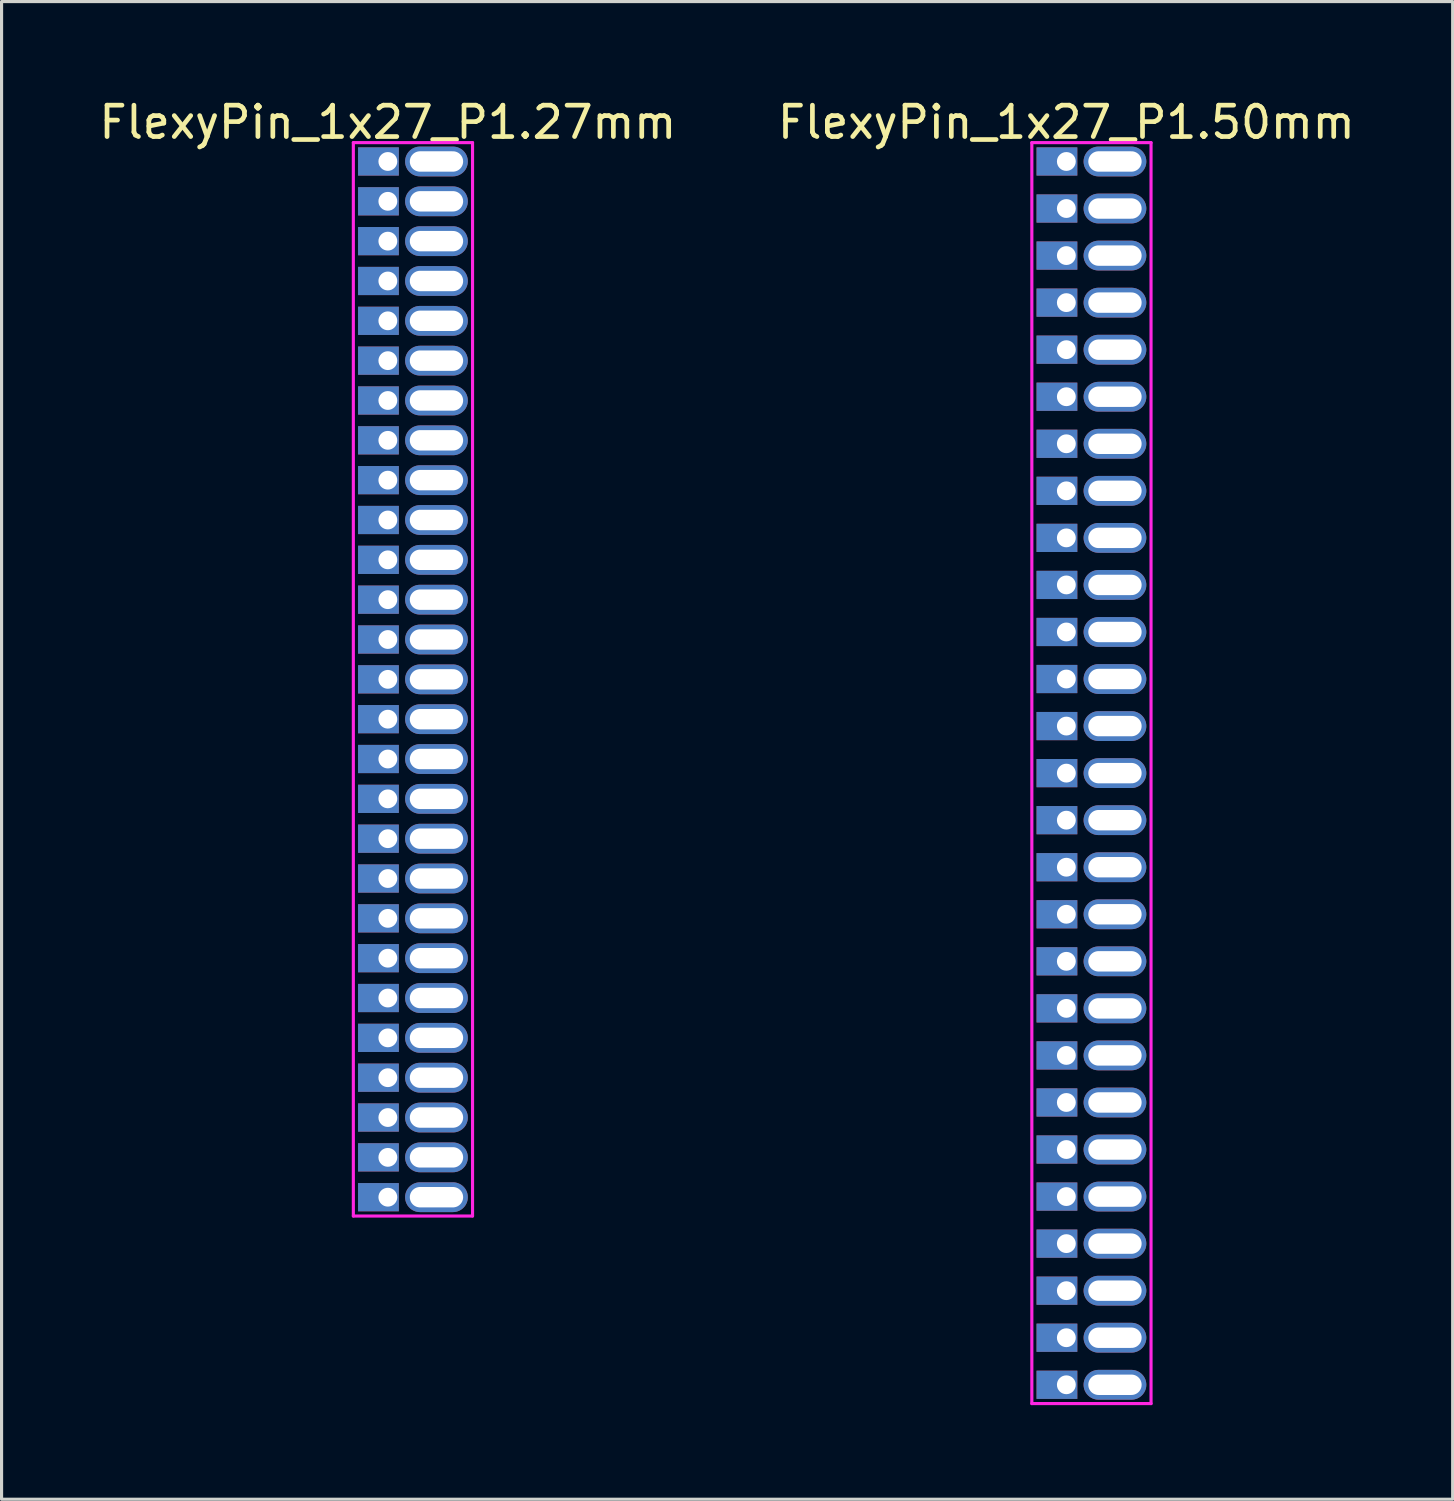
<source format=kicad_pcb>
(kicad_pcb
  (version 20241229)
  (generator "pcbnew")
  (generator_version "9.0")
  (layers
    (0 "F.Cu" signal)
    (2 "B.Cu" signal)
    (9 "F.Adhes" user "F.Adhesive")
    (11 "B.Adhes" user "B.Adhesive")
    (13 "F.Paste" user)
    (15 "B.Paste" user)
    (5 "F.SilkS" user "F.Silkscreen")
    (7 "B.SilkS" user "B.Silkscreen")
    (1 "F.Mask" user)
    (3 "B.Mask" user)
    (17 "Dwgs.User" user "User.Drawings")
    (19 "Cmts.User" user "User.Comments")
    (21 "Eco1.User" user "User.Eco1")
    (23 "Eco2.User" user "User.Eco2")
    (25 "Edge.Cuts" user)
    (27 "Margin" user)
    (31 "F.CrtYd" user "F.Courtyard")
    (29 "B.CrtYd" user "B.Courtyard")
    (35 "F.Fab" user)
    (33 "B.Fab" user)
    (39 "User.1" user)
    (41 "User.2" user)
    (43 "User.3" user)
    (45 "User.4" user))
  (footprint "FlexyPin_1x27_P1.50mm"
    (layer "F.Cu")
    (at 30.946 2.098)
    (property "Reference" "FlexyPin_1x27_P1.50mm" (at 0 -1.25 0) (layer "F.SilkS") (effects (font (size 1 1) (thickness 0.15))))
    (attr through_hole)
    (fp_line (start -1.1 -0.6) (end 2.7 -0.6) (stroke (width 0.1) (type solid)) (layer "F.CrtYd"))
    (fp_line (start -1.1 39.6) (end -1.1 -0.6) (stroke (width 0.1) (type solid)) (layer "F.CrtYd"))
    (fp_line (start 2.7 -0.6) (end 2.7 39.6) (stroke (width 0.1) (type solid)) (layer "F.CrtYd"))
    (fp_line (start 2.7 39.6) (end -1.1 39.6) (stroke (width 0.1) (type solid)) (layer "F.CrtYd"))
    (pad "" thru_hole oval (at 1.55 0) (size 2 0.95) (drill oval 1.7 0.65) (layers "*.Cu" "*.Mask"))
    (pad "" thru_hole oval (at 1.55 1.5) (size 2 0.95) (drill oval 1.7 0.65) (layers "*.Cu" "*.Mask"))
    (pad "" thru_hole oval (at 1.55 3) (size 2 0.95) (drill oval 1.7 0.65) (layers "*.Cu" "*.Mask"))
    (pad "" thru_hole oval (at 1.55 4.5) (size 2 0.95) (drill oval 1.7 0.65) (layers "*.Cu" "*.Mask"))
    (pad "" thru_hole oval (at 1.55 6) (size 2 0.95) (drill oval 1.7 0.65) (layers "*.Cu" "*.Mask"))
    (pad "" thru_hole oval (at 1.55 7.5) (size 2 0.95) (drill oval 1.7 0.65) (layers "*.Cu" "*.Mask"))
    (pad "" thru_hole oval (at 1.55 9) (size 2 0.95) (drill oval 1.7 0.65) (layers "*.Cu" "*.Mask"))
    (pad "" thru_hole oval (at 1.55 10.5) (size 2 0.95) (drill oval 1.7 0.65) (layers "*.Cu" "*.Mask"))
    (pad "" thru_hole oval (at 1.55 12) (size 2 0.95) (drill oval 1.7 0.65) (layers "*.Cu" "*.Mask"))
    (pad "" thru_hole oval (at 1.55 13.5) (size 2 0.95) (drill oval 1.7 0.65) (layers "*.Cu" "*.Mask"))
    (pad "" thru_hole oval (at 1.55 15) (size 2 0.95) (drill oval 1.7 0.65) (layers "*.Cu" "*.Mask"))
    (pad "" thru_hole oval (at 1.55 16.5) (size 2 0.95) (drill oval 1.7 0.65) (layers "*.Cu" "*.Mask"))
    (pad "" thru_hole oval (at 1.55 18) (size 2 0.95) (drill oval 1.7 0.65) (layers "*.Cu" "*.Mask"))
    (pad "" thru_hole oval (at 1.55 19.5) (size 2 0.95) (drill oval 1.7 0.65) (layers "*.Cu" "*.Mask"))
    (pad "" thru_hole oval (at 1.55 21) (size 2 0.95) (drill oval 1.7 0.65) (layers "*.Cu" "*.Mask"))
    (pad "" thru_hole oval (at 1.55 22.5) (size 2 0.95) (drill oval 1.7 0.65) (layers "*.Cu" "*.Mask"))
    (pad "" thru_hole oval (at 1.55 24) (size 2 0.95) (drill oval 1.7 0.65) (layers "*.Cu" "*.Mask"))
    (pad "" thru_hole oval (at 1.55 25.5) (size 2 0.95) (drill oval 1.7 0.65) (layers "*.Cu" "*.Mask"))
    (pad "" thru_hole oval (at 1.55 27) (size 2 0.95) (drill oval 1.7 0.65) (layers "*.Cu" "*.Mask"))
    (pad "" thru_hole oval (at 1.55 28.5) (size 2 0.95) (drill oval 1.7 0.65) (layers "*.Cu" "*.Mask"))
    (pad "" thru_hole oval (at 1.55 30) (size 2 0.95) (drill oval 1.7 0.65) (layers "*.Cu" "*.Mask"))
    (pad "" thru_hole oval (at 1.55 31.5) (size 2 0.95) (drill oval 1.7 0.65) (layers "*.Cu" "*.Mask"))
    (pad "" thru_hole oval (at 1.55 33) (size 2 0.95) (drill oval 1.7 0.65) (layers "*.Cu" "*.Mask"))
    (pad "" thru_hole oval (at 1.55 34.5) (size 2 0.95) (drill oval 1.7 0.65) (layers "*.Cu" "*.Mask"))
    (pad "" thru_hole oval (at 1.55 36) (size 2 0.95) (drill oval 1.7 0.65) (layers "*.Cu" "*.Mask"))
    (pad "" thru_hole oval (at 1.55 37.5) (size 2 0.95) (drill oval 1.7 0.65) (layers "*.Cu" "*.Mask"))
    (pad "" thru_hole oval (at 1.55 39) (size 2 0.95) (drill oval 1.7 0.65) (layers "*.Cu" "*.Mask"))
    (pad "1" thru_hole rect (at 0 0) (size 1.3 0.9) (drill 0.6 (offset -0.3 0)) (layers "*.Cu" "*.Mask"))
    (pad "2" thru_hole rect (at 0 1.5) (size 1.3 0.9) (drill 0.6 (offset -0.3 0)) (layers "*.Cu" "*.Mask"))
    (pad "3" thru_hole rect (at 0 3) (size 1.3 0.9) (drill 0.6 (offset -0.3 0)) (layers "*.Cu" "*.Mask"))
    (pad "4" thru_hole rect (at 0 4.5) (size 1.3 0.9) (drill 0.6 (offset -0.3 0)) (layers "*.Cu" "*.Mask"))
    (pad "5" thru_hole rect (at 0 6) (size 1.3 0.9) (drill 0.6 (offset -0.3 0)) (layers "*.Cu" "*.Mask"))
    (pad "6" thru_hole rect (at 0 7.5) (size 1.3 0.9) (drill 0.6 (offset -0.3 0)) (layers "*.Cu" "*.Mask"))
    (pad "7" thru_hole rect (at 0 9) (size 1.3 0.9) (drill 0.6 (offset -0.3 0)) (layers "*.Cu" "*.Mask"))
    (pad "8" thru_hole rect (at 0 10.5) (size 1.3 0.9) (drill 0.6 (offset -0.3 0)) (layers "*.Cu" "*.Mask"))
    (pad "9" thru_hole rect (at 0 12) (size 1.3 0.9) (drill 0.6 (offset -0.3 0)) (layers "*.Cu" "*.Mask"))
    (pad "10" thru_hole rect (at 0 13.5) (size 1.3 0.9) (drill 0.6 (offset -0.3 0)) (layers "*.Cu" "*.Mask"))
    (pad "11" thru_hole rect (at 0 15) (size 1.3 0.9) (drill 0.6 (offset -0.3 0)) (layers "*.Cu" "*.Mask"))
    (pad "12" thru_hole rect (at 0 16.5) (size 1.3 0.9) (drill 0.6 (offset -0.3 0)) (layers "*.Cu" "*.Mask"))
    (pad "13" thru_hole rect (at 0 18) (size 1.3 0.9) (drill 0.6 (offset -0.3 0)) (layers "*.Cu" "*.Mask"))
    (pad "14" thru_hole rect (at 0 19.5) (size 1.3 0.9) (drill 0.6 (offset -0.3 0)) (layers "*.Cu" "*.Mask"))
    (pad "15" thru_hole rect (at 0 21) (size 1.3 0.9) (drill 0.6 (offset -0.3 0)) (layers "*.Cu" "*.Mask"))
    (pad "16" thru_hole rect (at 0 22.5) (size 1.3 0.9) (drill 0.6 (offset -0.3 0)) (layers "*.Cu" "*.Mask"))
    (pad "17" thru_hole rect (at 0 24) (size 1.3 0.9) (drill 0.6 (offset -0.3 0)) (layers "*.Cu" "*.Mask"))
    (pad "18" thru_hole rect (at 0 25.5) (size 1.3 0.9) (drill 0.6 (offset -0.3 0)) (layers "*.Cu" "*.Mask"))
    (pad "19" thru_hole rect (at 0 27) (size 1.3 0.9) (drill 0.6 (offset -0.3 0)) (layers "*.Cu" "*.Mask"))
    (pad "20" thru_hole rect (at 0 28.5) (size 1.3 0.9) (drill 0.6 (offset -0.3 0)) (layers "*.Cu" "*.Mask"))
    (pad "21" thru_hole rect (at 0 30) (size 1.3 0.9) (drill 0.6 (offset -0.3 0)) (layers "*.Cu" "*.Mask"))
    (pad "22" thru_hole rect (at 0 31.5) (size 1.3 0.9) (drill 0.6 (offset -0.3 0)) (layers "*.Cu" "*.Mask"))
    (pad "23" thru_hole rect (at 0 33) (size 1.3 0.9) (drill 0.6 (offset -0.3 0)) (layers "*.Cu" "*.Mask"))
    (pad "24" thru_hole rect (at 0 34.5) (size 1.3 0.9) (drill 0.6 (offset -0.3 0)) (layers "*.Cu" "*.Mask"))
    (pad "25" thru_hole rect (at 0 36) (size 1.3 0.9) (drill 0.6 (offset -0.3 0)) (layers "*.Cu" "*.Mask"))
    (pad "26" thru_hole rect (at 0 37.5) (size 1.3 0.9) (drill 0.6 (offset -0.3 0)) (layers "*.Cu" "*.Mask"))
    (pad "27" thru_hole rect (at 0 39) (size 1.3 0.9) (drill 0.6 (offset -0.3 0)) (layers "*.Cu" "*.Mask")))
  (footprint "FlexyPin_1x27_P1.27mm"
    (layer "F.Cu")
    (at 9.315 2.098)
    (property "Reference" "FlexyPin_1x27_P1.27mm" (at 0 -1.25 0) (layer "F.SilkS") (effects (font (size 1 1) (thickness 0.15))))
    (attr through_hole)
    (fp_line (start -1.1 -0.6) (end 2.7 -0.6) (stroke (width 0.1) (type solid)) (layer "F.CrtYd"))
    (fp_line (start -1.1 33.62) (end -1.1 -0.6) (stroke (width 0.1) (type solid)) (layer "F.CrtYd"))
    (fp_line (start 2.7 -0.6) (end 2.7 33.62) (stroke (width 0.1) (type solid)) (layer "F.CrtYd"))
    (fp_line (start 2.7 33.62) (end -1.1 33.62) (stroke (width 0.1) (type solid)) (layer "F.CrtYd"))
    (pad "" thru_hole oval (at 1.55 0) (size 2 0.95) (drill oval 1.7 0.65) (layers "*.Cu" "*.Mask"))
    (pad "" thru_hole oval (at 1.55 1.27) (size 2 0.95) (drill oval 1.7 0.65) (layers "*.Cu" "*.Mask"))
    (pad "" thru_hole oval (at 1.55 2.54) (size 2 0.95) (drill oval 1.7 0.65) (layers "*.Cu" "*.Mask"))
    (pad "" thru_hole oval (at 1.55 3.81) (size 2 0.95) (drill oval 1.7 0.65) (layers "*.Cu" "*.Mask"))
    (pad "" thru_hole oval (at 1.55 5.08) (size 2 0.95) (drill oval 1.7 0.65) (layers "*.Cu" "*.Mask"))
    (pad "" thru_hole oval (at 1.55 6.35) (size 2 0.95) (drill oval 1.7 0.65) (layers "*.Cu" "*.Mask"))
    (pad "" thru_hole oval (at 1.55 7.62) (size 2 0.95) (drill oval 1.7 0.65) (layers "*.Cu" "*.Mask"))
    (pad "" thru_hole oval (at 1.55 8.89) (size 2 0.95) (drill oval 1.7 0.65) (layers "*.Cu" "*.Mask"))
    (pad "" thru_hole oval (at 1.55 10.16) (size 2 0.95) (drill oval 1.7 0.65) (layers "*.Cu" "*.Mask"))
    (pad "" thru_hole oval (at 1.55 11.43) (size 2 0.95) (drill oval 1.7 0.65) (layers "*.Cu" "*.Mask"))
    (pad "" thru_hole oval (at 1.55 12.7) (size 2 0.95) (drill oval 1.7 0.65) (layers "*.Cu" "*.Mask"))
    (pad "" thru_hole oval (at 1.55 13.97) (size 2 0.95) (drill oval 1.7 0.65) (layers "*.Cu" "*.Mask"))
    (pad "" thru_hole oval (at 1.55 15.24) (size 2 0.95) (drill oval 1.7 0.65) (layers "*.Cu" "*.Mask"))
    (pad "" thru_hole oval (at 1.55 16.51) (size 2 0.95) (drill oval 1.7 0.65) (layers "*.Cu" "*.Mask"))
    (pad "" thru_hole oval (at 1.55 17.78) (size 2 0.95) (drill oval 1.7 0.65) (layers "*.Cu" "*.Mask"))
    (pad "" thru_hole oval (at 1.55 19.05) (size 2 0.95) (drill oval 1.7 0.65) (layers "*.Cu" "*.Mask"))
    (pad "" thru_hole oval (at 1.55 20.32) (size 2 0.95) (drill oval 1.7 0.65) (layers "*.Cu" "*.Mask"))
    (pad "" thru_hole oval (at 1.55 21.59) (size 2 0.95) (drill oval 1.7 0.65) (layers "*.Cu" "*.Mask"))
    (pad "" thru_hole oval (at 1.55 22.86) (size 2 0.95) (drill oval 1.7 0.65) (layers "*.Cu" "*.Mask"))
    (pad "" thru_hole oval (at 1.55 24.13) (size 2 0.95) (drill oval 1.7 0.65) (layers "*.Cu" "*.Mask"))
    (pad "" thru_hole oval (at 1.55 25.4) (size 2 0.95) (drill oval 1.7 0.65) (layers "*.Cu" "*.Mask"))
    (pad "" thru_hole oval (at 1.55 26.67) (size 2 0.95) (drill oval 1.7 0.65) (layers "*.Cu" "*.Mask"))
    (pad "" thru_hole oval (at 1.55 27.94) (size 2 0.95) (drill oval 1.7 0.65) (layers "*.Cu" "*.Mask"))
    (pad "" thru_hole oval (at 1.55 29.21) (size 2 0.95) (drill oval 1.7 0.65) (layers "*.Cu" "*.Mask"))
    (pad "" thru_hole oval (at 1.55 30.48) (size 2 0.95) (drill oval 1.7 0.65) (layers "*.Cu" "*.Mask"))
    (pad "" thru_hole oval (at 1.55 31.75) (size 2 0.95) (drill oval 1.7 0.65) (layers "*.Cu" "*.Mask"))
    (pad "" thru_hole oval (at 1.55 33.02) (size 2 0.95) (drill oval 1.7 0.65) (layers "*.Cu" "*.Mask"))
    (pad "1" thru_hole rect (at 0 0) (size 1.3 0.9) (drill 0.6 (offset -0.3 0)) (layers "*.Cu" "*.Mask"))
    (pad "2" thru_hole rect (at 0 1.27) (size 1.3 0.9) (drill 0.6 (offset -0.3 0)) (layers "*.Cu" "*.Mask"))
    (pad "3" thru_hole rect (at 0 2.54) (size 1.3 0.9) (drill 0.6 (offset -0.3 0)) (layers "*.Cu" "*.Mask"))
    (pad "4" thru_hole rect (at 0 3.81) (size 1.3 0.9) (drill 0.6 (offset -0.3 0)) (layers "*.Cu" "*.Mask"))
    (pad "5" thru_hole rect (at 0 5.08) (size 1.3 0.9) (drill 0.6 (offset -0.3 0)) (layers "*.Cu" "*.Mask"))
    (pad "6" thru_hole rect (at 0 6.35) (size 1.3 0.9) (drill 0.6 (offset -0.3 0)) (layers "*.Cu" "*.Mask"))
    (pad "7" thru_hole rect (at 0 7.62) (size 1.3 0.9) (drill 0.6 (offset -0.3 0)) (layers "*.Cu" "*.Mask"))
    (pad "8" thru_hole rect (at 0 8.89) (size 1.3 0.9) (drill 0.6 (offset -0.3 0)) (layers "*.Cu" "*.Mask"))
    (pad "9" thru_hole rect (at 0 10.16) (size 1.3 0.9) (drill 0.6 (offset -0.3 0)) (layers "*.Cu" "*.Mask"))
    (pad "10" thru_hole rect (at 0 11.43) (size 1.3 0.9) (drill 0.6 (offset -0.3 0)) (layers "*.Cu" "*.Mask"))
    (pad "11" thru_hole rect (at 0 12.7) (size 1.3 0.9) (drill 0.6 (offset -0.3 0)) (layers "*.Cu" "*.Mask"))
    (pad "12" thru_hole rect (at 0 13.97) (size 1.3 0.9) (drill 0.6 (offset -0.3 0)) (layers "*.Cu" "*.Mask"))
    (pad "13" thru_hole rect (at 0 15.24) (size 1.3 0.9) (drill 0.6 (offset -0.3 0)) (layers "*.Cu" "*.Mask"))
    (pad "14" thru_hole rect (at 0 16.51) (size 1.3 0.9) (drill 0.6 (offset -0.3 0)) (layers "*.Cu" "*.Mask"))
    (pad "15" thru_hole rect (at 0 17.78) (size 1.3 0.9) (drill 0.6 (offset -0.3 0)) (layers "*.Cu" "*.Mask"))
    (pad "16" thru_hole rect (at 0 19.05) (size 1.3 0.9) (drill 0.6 (offset -0.3 0)) (layers "*.Cu" "*.Mask"))
    (pad "17" thru_hole rect (at 0 20.32) (size 1.3 0.9) (drill 0.6 (offset -0.3 0)) (layers "*.Cu" "*.Mask"))
    (pad "18" thru_hole rect (at 0 21.59) (size 1.3 0.9) (drill 0.6 (offset -0.3 0)) (layers "*.Cu" "*.Mask"))
    (pad "19" thru_hole rect (at 0 22.86) (size 1.3 0.9) (drill 0.6 (offset -0.3 0)) (layers "*.Cu" "*.Mask"))
    (pad "20" thru_hole rect (at 0 24.13) (size 1.3 0.9) (drill 0.6 (offset -0.3 0)) (layers "*.Cu" "*.Mask"))
    (pad "21" thru_hole rect (at 0 25.4) (size 1.3 0.9) (drill 0.6 (offset -0.3 0)) (layers "*.Cu" "*.Mask"))
    (pad "22" thru_hole rect (at 0 26.67) (size 1.3 0.9) (drill 0.6 (offset -0.3 0)) (layers "*.Cu" "*.Mask"))
    (pad "23" thru_hole rect (at 0 27.94) (size 1.3 0.9) (drill 0.6 (offset -0.3 0)) (layers "*.Cu" "*.Mask"))
    (pad "24" thru_hole rect (at 0 29.21) (size 1.3 0.9) (drill 0.6 (offset -0.3 0)) (layers "*.Cu" "*.Mask"))
    (pad "25" thru_hole rect (at 0 30.48) (size 1.3 0.9) (drill 0.6 (offset -0.3 0)) (layers "*.Cu" "*.Mask"))
    (pad "26" thru_hole rect (at 0 31.75) (size 1.3 0.9) (drill 0.6 (offset -0.3 0)) (layers "*.Cu" "*.Mask"))
    (pad "27" thru_hole rect (at 0 33.02) (size 1.3 0.9) (drill 0.6 (offset -0.3 0)) (layers "*.Cu" "*.Mask")))
  (gr_rect
    (start -3 -3)
    (end 43.262 44.748)
    (stroke (width 0.1) (type default))
    (fill no)
    (layer "Edge.Cuts")))
</source>
